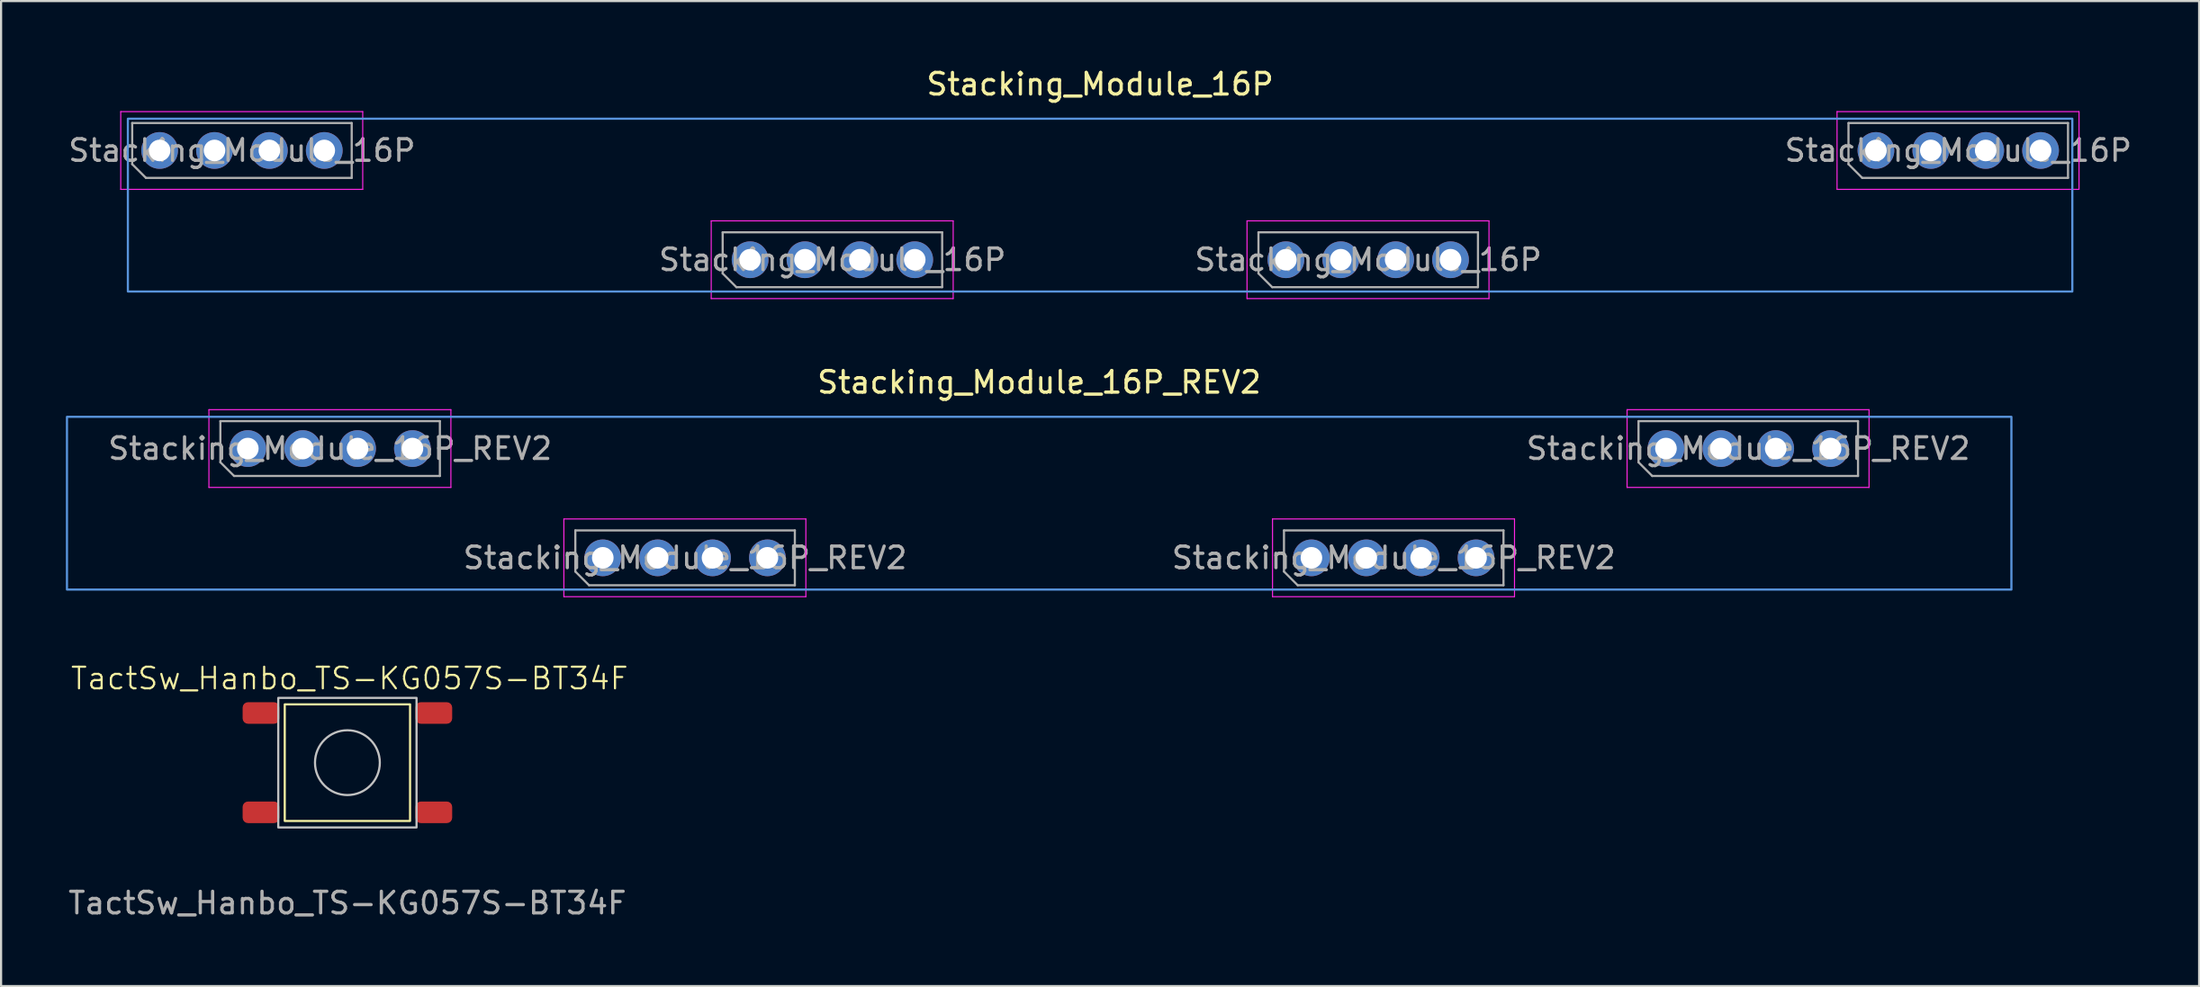
<source format=kicad_pcb>
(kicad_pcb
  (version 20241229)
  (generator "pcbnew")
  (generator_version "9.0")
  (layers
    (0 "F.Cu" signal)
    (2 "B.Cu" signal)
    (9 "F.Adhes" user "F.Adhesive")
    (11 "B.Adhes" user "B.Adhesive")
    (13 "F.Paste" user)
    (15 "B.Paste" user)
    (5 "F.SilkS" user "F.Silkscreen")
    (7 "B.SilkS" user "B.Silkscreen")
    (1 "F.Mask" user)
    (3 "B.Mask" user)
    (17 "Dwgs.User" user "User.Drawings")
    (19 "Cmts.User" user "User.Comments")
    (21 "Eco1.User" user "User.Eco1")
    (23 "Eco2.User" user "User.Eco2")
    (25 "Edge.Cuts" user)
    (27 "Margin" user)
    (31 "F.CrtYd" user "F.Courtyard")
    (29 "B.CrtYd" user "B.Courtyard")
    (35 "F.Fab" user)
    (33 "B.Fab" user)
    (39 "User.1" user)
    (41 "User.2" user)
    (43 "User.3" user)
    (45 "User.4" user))
  (footprint "Stacking_Module_16P_REV2"
    (layer "F.Cu")
    (at 45.05 20.252)
    (property "Reference" "Stacking_Module_16P_REV2" (at 0 -5.6 0) (layer "F.SilkS") (effects (font (size 1 1) (thickness 0.15))))
    (attr through_hole)
    (fp_rect (start -45 -4) (end 45 4) (stroke (width 0.1) (type default)) (fill no) (layer "Cmts.User"))
    (fp_line (start -38.43 -4.33) (end -38.43 -0.73) (stroke (width 0.05) (type solid)) (layer "F.CrtYd"))
    (fp_line (start -38.43 -0.73) (end -27.23 -0.73) (stroke (width 0.05) (type solid)) (layer "F.CrtYd"))
    (fp_line (start -27.23 -4.33) (end -38.43 -4.33) (stroke (width 0.05) (type solid)) (layer "F.CrtYd"))
    (fp_line (start -27.23 -0.73) (end -27.23 -4.33) (stroke (width 0.05) (type solid)) (layer "F.CrtYd"))
    (fp_line (start -22 0.73) (end -22 4.33) (stroke (width 0.05) (type solid)) (layer "F.CrtYd"))
    (fp_line (start -22 4.33) (end -10.8 4.33) (stroke (width 0.05) (type solid)) (layer "F.CrtYd"))
    (fp_line (start -10.8 0.73) (end -22 0.73) (stroke (width 0.05) (type solid)) (layer "F.CrtYd"))
    (fp_line (start -10.8 4.33) (end -10.8 0.73) (stroke (width 0.05) (type solid)) (layer "F.CrtYd"))
    (fp_line (start 10.8 0.73) (end 10.8 4.33) (stroke (width 0.05) (type solid)) (layer "F.CrtYd"))
    (fp_line (start 10.8 4.33) (end 22 4.33) (stroke (width 0.05) (type solid)) (layer "F.CrtYd"))
    (fp_line (start 22 0.73) (end 10.8 0.73) (stroke (width 0.05) (type solid)) (layer "F.CrtYd"))
    (fp_line (start 22 4.33) (end 22 0.73) (stroke (width 0.05) (type solid)) (layer "F.CrtYd"))
    (fp_line (start 27.21 -4.33) (end 27.21 -0.73) (stroke (width 0.05) (type solid)) (layer "F.CrtYd"))
    (fp_line (start 27.21 -0.73) (end 38.41 -0.73) (stroke (width 0.05) (type solid)) (layer "F.CrtYd"))
    (fp_line (start 38.41 -4.33) (end 27.21 -4.33) (stroke (width 0.05) (type solid)) (layer "F.CrtYd"))
    (fp_line (start 38.41 -0.73) (end 38.41 -4.33) (stroke (width 0.05) (type solid)) (layer "F.CrtYd"))
    (fp_line (start -37.9 -3.8) (end -27.74 -3.8) (stroke (width 0.1) (type solid)) (layer "F.Fab"))
    (fp_line (start -37.9 -1.895) (end -37.9 -3.8) (stroke (width 0.1) (type solid)) (layer "F.Fab"))
    (fp_line (start -37.265 -1.26) (end -37.9 -1.895) (stroke (width 0.1) (type solid)) (layer "F.Fab"))
    (fp_line (start -27.74 -3.8) (end -27.74 -1.26) (stroke (width 0.1) (type solid)) (layer "F.Fab"))
    (fp_line (start -27.74 -1.26) (end -37.265 -1.26) (stroke (width 0.1) (type solid)) (layer "F.Fab"))
    (fp_line (start -21.47 1.26) (end -11.31 1.26) (stroke (width 0.1) (type solid)) (layer "F.Fab"))
    (fp_line (start -21.47 3.165) (end -21.47 1.26) (stroke (width 0.1) (type solid)) (layer "F.Fab"))
    (fp_line (start -20.835 3.8) (end -21.47 3.165) (stroke (width 0.1) (type solid)) (layer "F.Fab"))
    (fp_line (start -11.31 1.26) (end -11.31 3.8) (stroke (width 0.1) (type solid)) (layer "F.Fab"))
    (fp_line (start -11.31 3.8) (end -20.835 3.8) (stroke (width 0.1) (type solid)) (layer "F.Fab"))
    (fp_line (start 11.33 1.26) (end 21.49 1.26) (stroke (width 0.1) (type solid)) (layer "F.Fab"))
    (fp_line (start 11.33 3.165) (end 11.33 1.26) (stroke (width 0.1) (type solid)) (layer "F.Fab"))
    (fp_line (start 11.965 3.8) (end 11.33 3.165) (stroke (width 0.1) (type solid)) (layer "F.Fab"))
    (fp_line (start 21.49 1.26) (end 21.49 3.8) (stroke (width 0.1) (type solid)) (layer "F.Fab"))
    (fp_line (start 21.49 3.8) (end 11.965 3.8) (stroke (width 0.1) (type solid)) (layer "F.Fab"))
    (fp_line (start 27.74 -3.8) (end 37.9 -3.8) (stroke (width 0.1) (type solid)) (layer "F.Fab"))
    (fp_line (start 27.74 -1.895) (end 27.74 -3.8) (stroke (width 0.1) (type solid)) (layer "F.Fab"))
    (fp_line (start 28.375 -1.26) (end 27.74 -1.895) (stroke (width 0.1) (type solid)) (layer "F.Fab"))
    (fp_line (start 37.9 -3.8) (end 37.9 -1.26) (stroke (width 0.1) (type solid)) (layer "F.Fab"))
    (fp_line (start 37.9 -1.26) (end 28.375 -1.26) (stroke (width 0.1) (type solid)) (layer "F.Fab"))
    (fp_text user "${REFERENCE}" (at 32.82 -2.53 180) (layer "F.Fab") (effects (font (size 1 1) (thickness 0.15))))
    (fp_text user "${REFERENCE}" (at -16.39 2.53 180) (layer "F.Fab") (effects (font (size 1 1) (thickness 0.15))))
    (fp_text user "${REFERENCE}" (at -32.82 -2.53 180) (layer "F.Fab") (effects (font (size 1 1) (thickness 0.15))))
    (fp_text user "${REFERENCE}" (at 16.41 2.53 180) (layer "F.Fab") (effects (font (size 1 1) (thickness 0.15))))
    (pad "1" thru_hole circle (at -36.63 -2.53 90) (size 1.7 1.7) (drill 1) (layers "*.Cu" "*.Mask"))
    (pad "2" thru_hole oval (at -34.09 -2.53 90) (size 1.7 1.7) (drill 1) (layers "*.Cu" "*.Mask"))
    (pad "3" thru_hole oval (at -31.55 -2.53 90) (size 1.7 1.7) (drill 1) (layers "*.Cu" "*.Mask"))
    (pad "4" thru_hole oval (at -29.01 -2.53 90) (size 1.7 1.7) (drill 1) (layers "*.Cu" "*.Mask"))
    (pad "5" thru_hole circle (at -20.2 2.53 90) (size 1.7 1.7) (drill 1) (layers "*.Cu" "*.Mask"))
    (pad "6" thru_hole oval (at -17.66 2.53 90) (size 1.7 1.7) (drill 1) (layers "*.Cu" "*.Mask"))
    (pad "7" thru_hole oval (at -15.12 2.53 90) (size 1.7 1.7) (drill 1) (layers "*.Cu" "*.Mask"))
    (pad "8" thru_hole oval (at -12.58 2.53 90) (size 1.7 1.7) (drill 1) (layers "*.Cu" "*.Mask"))
    (pad "9" thru_hole circle (at 12.6 2.53 90) (size 1.7 1.7) (drill 1) (layers "*.Cu" "*.Mask"))
    (pad "10" thru_hole oval (at 15.14 2.53 90) (size 1.7 1.7) (drill 1) (layers "*.Cu" "*.Mask"))
    (pad "11" thru_hole oval (at 17.68 2.53 90) (size 1.7 1.7) (drill 1) (layers "*.Cu" "*.Mask"))
    (pad "12" thru_hole oval (at 20.22 2.53 90) (size 1.7 1.7) (drill 1) (layers "*.Cu" "*.Mask"))
    (pad "13" thru_hole circle (at 29.01 -2.53 90) (size 1.7 1.7) (drill 1) (layers "*.Cu" "*.Mask"))
    (pad "14" thru_hole oval (at 31.55 -2.53 90) (size 1.7 1.7) (drill 1) (layers "*.Cu" "*.Mask"))
    (pad "15" thru_hole oval (at 34.09 -2.53 90) (size 1.7 1.7) (drill 1) (layers "*.Cu" "*.Mask"))
    (pad "16" thru_hole oval (at 36.63 -2.53 90) (size 1.7 1.7) (drill 1) (layers "*.Cu" "*.Mask")))
  (footprint "TactSw_Hanbo_TS-KG057S-BT34F"
    (layer "F.Cu")
    (at 13.03 32.267)
    (property "Reference" "TactSw_Hanbo_TS-KG057S-BT34F" (at 0.1 -3.9 0) (unlocked yes) (layer "F.SilkS") (effects (font (size 1 1) (thickness 0.1))))
    (attr smd)
    (fp_rect (start -2.9 -2.7) (end 2.9 2.7) (stroke (width 0.1) (type default)) (fill no) (layer "F.SilkS"))
    (fp_rect (start -3.2 -3) (end 3.2 3) (stroke (width 0.1) (type default)) (fill no) (layer "Dwgs.User"))
    (fp_circle (center 0 0) (end 1.5 0) (stroke (width 0.1) (type default)) (fill no) (layer "Dwgs.User"))
    (fp_text user "${REFERENCE}" (at 0 6.5 0) (unlocked yes) (layer "F.Fab") (effects (font (size 1 1) (thickness 0.15))))
    (pad "1" smd roundrect (at -4 -2.3) (size 1.7 1) (layers "F.Cu" "F.Mask" "F.Paste") (roundrect_rratio 0.25))
    (pad "2" smd roundrect (at -4 2.3) (size 1.7 1) (layers "F.Cu" "F.Mask" "F.Paste") (roundrect_rratio 0.25))
    (pad "3" smd roundrect (at 4 -2.3) (size 1.7 1) (layers "F.Cu" "F.Mask" "F.Paste") (roundrect_rratio 0.25))
    (pad "4" smd roundrect (at 4 2.3) (size 1.7 1) (layers "F.Cu" "F.Mask" "F.Paste") (roundrect_rratio 0.25)))
  (footprint "Stacking_Module_16P"
    (layer "F.Cu")
    (at 47.869 6.448)
    (property "Reference" "Stacking_Module_16P" (at 0 -5.6 0) (layer "F.SilkS") (effects (font (size 1 1) (thickness 0.15))))
    (attr through_hole)
    (fp_rect (start -45 -4) (end 45 4) (stroke (width 0.1) (type default)) (fill no) (layer "Cmts.User"))
    (fp_line (start -45.33 -4.33) (end -45.33 -0.73) (stroke (width 0.05) (type solid)) (layer "F.CrtYd"))
    (fp_line (start -45.33 -0.73) (end -34.13 -0.73) (stroke (width 0.05) (type solid)) (layer "F.CrtYd"))
    (fp_line (start -34.13 -4.33) (end -45.33 -4.33) (stroke (width 0.05) (type solid)) (layer "F.CrtYd"))
    (fp_line (start -34.13 -0.73) (end -34.13 -4.33) (stroke (width 0.05) (type solid)) (layer "F.CrtYd"))
    (fp_line (start -18 0.73) (end -18 4.33) (stroke (width 0.05) (type solid)) (layer "F.CrtYd"))
    (fp_line (start -18 4.33) (end -6.8 4.33) (stroke (width 0.05) (type solid)) (layer "F.CrtYd"))
    (fp_line (start -6.8 0.73) (end -18 0.73) (stroke (width 0.05) (type solid)) (layer "F.CrtYd"))
    (fp_line (start -6.8 4.33) (end -6.8 0.73) (stroke (width 0.05) (type solid)) (layer "F.CrtYd"))
    (fp_line (start 6.8 0.73) (end 6.8 4.33) (stroke (width 0.05) (type solid)) (layer "F.CrtYd"))
    (fp_line (start 6.8 4.33) (end 18 4.33) (stroke (width 0.05) (type solid)) (layer "F.CrtYd"))
    (fp_line (start 18 0.73) (end 6.8 0.73) (stroke (width 0.05) (type solid)) (layer "F.CrtYd"))
    (fp_line (start 18 4.33) (end 18 0.73) (stroke (width 0.05) (type solid)) (layer "F.CrtYd"))
    (fp_line (start 34.11 -4.33) (end 34.11 -0.73) (stroke (width 0.05) (type solid)) (layer "F.CrtYd"))
    (fp_line (start 34.11 -0.73) (end 45.31 -0.73) (stroke (width 0.05) (type solid)) (layer "F.CrtYd"))
    (fp_line (start 45.31 -4.33) (end 34.11 -4.33) (stroke (width 0.05) (type solid)) (layer "F.CrtYd"))
    (fp_line (start 45.31 -0.73) (end 45.31 -4.33) (stroke (width 0.05) (type solid)) (layer "F.CrtYd"))
    (fp_line (start -44.8 -3.8) (end -34.64 -3.8) (stroke (width 0.1) (type solid)) (layer "F.Fab"))
    (fp_line (start -44.8 -1.895) (end -44.8 -3.8) (stroke (width 0.1) (type solid)) (layer "F.Fab"))
    (fp_line (start -44.165 -1.26) (end -44.8 -1.895) (stroke (width 0.1) (type solid)) (layer "F.Fab"))
    (fp_line (start -34.64 -3.8) (end -34.64 -1.26) (stroke (width 0.1) (type solid)) (layer "F.Fab"))
    (fp_line (start -34.64 -1.26) (end -44.165 -1.26) (stroke (width 0.1) (type solid)) (layer "F.Fab"))
    (fp_line (start -17.47 1.26) (end -7.31 1.26) (stroke (width 0.1) (type solid)) (layer "F.Fab"))
    (fp_line (start -17.47 3.165) (end -17.47 1.26) (stroke (width 0.1) (type solid)) (layer "F.Fab"))
    (fp_line (start -16.835 3.8) (end -17.47 3.165) (stroke (width 0.1) (type solid)) (layer "F.Fab"))
    (fp_line (start -7.31 1.26) (end -7.31 3.8) (stroke (width 0.1) (type solid)) (layer "F.Fab"))
    (fp_line (start -7.31 3.8) (end -16.835 3.8) (stroke (width 0.1) (type solid)) (layer "F.Fab"))
    (fp_line (start 7.33 1.26) (end 17.49 1.26) (stroke (width 0.1) (type solid)) (layer "F.Fab"))
    (fp_line (start 7.33 3.165) (end 7.33 1.26) (stroke (width 0.1) (type solid)) (layer "F.Fab"))
    (fp_line (start 7.965 3.8) (end 7.33 3.165) (stroke (width 0.1) (type solid)) (layer "F.Fab"))
    (fp_line (start 17.49 1.26) (end 17.49 3.8) (stroke (width 0.1) (type solid)) (layer "F.Fab"))
    (fp_line (start 17.49 3.8) (end 7.965 3.8) (stroke (width 0.1) (type solid)) (layer "F.Fab"))
    (fp_line (start 34.64 -3.8) (end 44.8 -3.8) (stroke (width 0.1) (type solid)) (layer "F.Fab"))
    (fp_line (start 34.64 -1.895) (end 34.64 -3.8) (stroke (width 0.1) (type solid)) (layer "F.Fab"))
    (fp_line (start 35.275 -1.26) (end 34.64 -1.895) (stroke (width 0.1) (type solid)) (layer "F.Fab"))
    (fp_line (start 44.8 -3.8) (end 44.8 -1.26) (stroke (width 0.1) (type solid)) (layer "F.Fab"))
    (fp_line (start 44.8 -1.26) (end 35.275 -1.26) (stroke (width 0.1) (type solid)) (layer "F.Fab"))
    (fp_text user "${REFERENCE}" (at -39.72 -2.53 180) (layer "F.Fab") (effects (font (size 1 1) (thickness 0.15))))
    (fp_text user "${REFERENCE}" (at -12.39 2.53 180) (layer "F.Fab") (effects (font (size 1 1) (thickness 0.15))))
    (fp_text user "${REFERENCE}" (at 39.72 -2.53 180) (layer "F.Fab") (effects (font (size 1 1) (thickness 0.15))))
    (fp_text user "${REFERENCE}" (at 12.41 2.53 180) (layer "F.Fab") (effects (font (size 1 1) (thickness 0.15))))
    (pad "1" thru_hole circle (at -43.53 -2.53 90) (size 1.7 1.7) (drill 1) (layers "*.Cu" "*.Mask"))
    (pad "2" thru_hole oval (at -40.99 -2.53 90) (size 1.7 1.7) (drill 1) (layers "*.Cu" "*.Mask"))
    (pad "3" thru_hole oval (at -38.45 -2.53 90) (size 1.7 1.7) (drill 1) (layers "*.Cu" "*.Mask"))
    (pad "4" thru_hole oval (at -35.91 -2.53 90) (size 1.7 1.7) (drill 1) (layers "*.Cu" "*.Mask"))
    (pad "5" thru_hole circle (at -16.2 2.53 90) (size 1.7 1.7) (drill 1) (layers "*.Cu" "*.Mask"))
    (pad "6" thru_hole oval (at -13.66 2.53 90) (size 1.7 1.7) (drill 1) (layers "*.Cu" "*.Mask"))
    (pad "7" thru_hole oval (at -11.12 2.53 90) (size 1.7 1.7) (drill 1) (layers "*.Cu" "*.Mask"))
    (pad "8" thru_hole oval (at -8.58 2.53 90) (size 1.7 1.7) (drill 1) (layers "*.Cu" "*.Mask"))
    (pad "9" thru_hole circle (at 8.6 2.53 90) (size 1.7 1.7) (drill 1) (layers "*.Cu" "*.Mask"))
    (pad "10" thru_hole oval (at 11.14 2.53 90) (size 1.7 1.7) (drill 1) (layers "*.Cu" "*.Mask"))
    (pad "11" thru_hole oval (at 13.68 2.53 90) (size 1.7 1.7) (drill 1) (layers "*.Cu" "*.Mask"))
    (pad "12" thru_hole oval (at 16.22 2.53 90) (size 1.7 1.7) (drill 1) (layers "*.Cu" "*.Mask"))
    (pad "13" thru_hole circle (at 35.91 -2.53 90) (size 1.7 1.7) (drill 1) (layers "*.Cu" "*.Mask"))
    (pad "14" thru_hole oval (at 38.45 -2.53 90) (size 1.7 1.7) (drill 1) (layers "*.Cu" "*.Mask"))
    (pad "15" thru_hole oval (at 40.99 -2.53 90) (size 1.7 1.7) (drill 1) (layers "*.Cu" "*.Mask"))
    (pad "16" thru_hole oval (at 43.53 -2.53 90) (size 1.7 1.7) (drill 1) (layers "*.Cu" "*.Mask")))
  (gr_rect
    (start -3 -3)
    (end 98.738 42.615)
    (stroke (width 0.1) (type default))
    (fill no)
    (layer "Edge.Cuts")))
</source>
